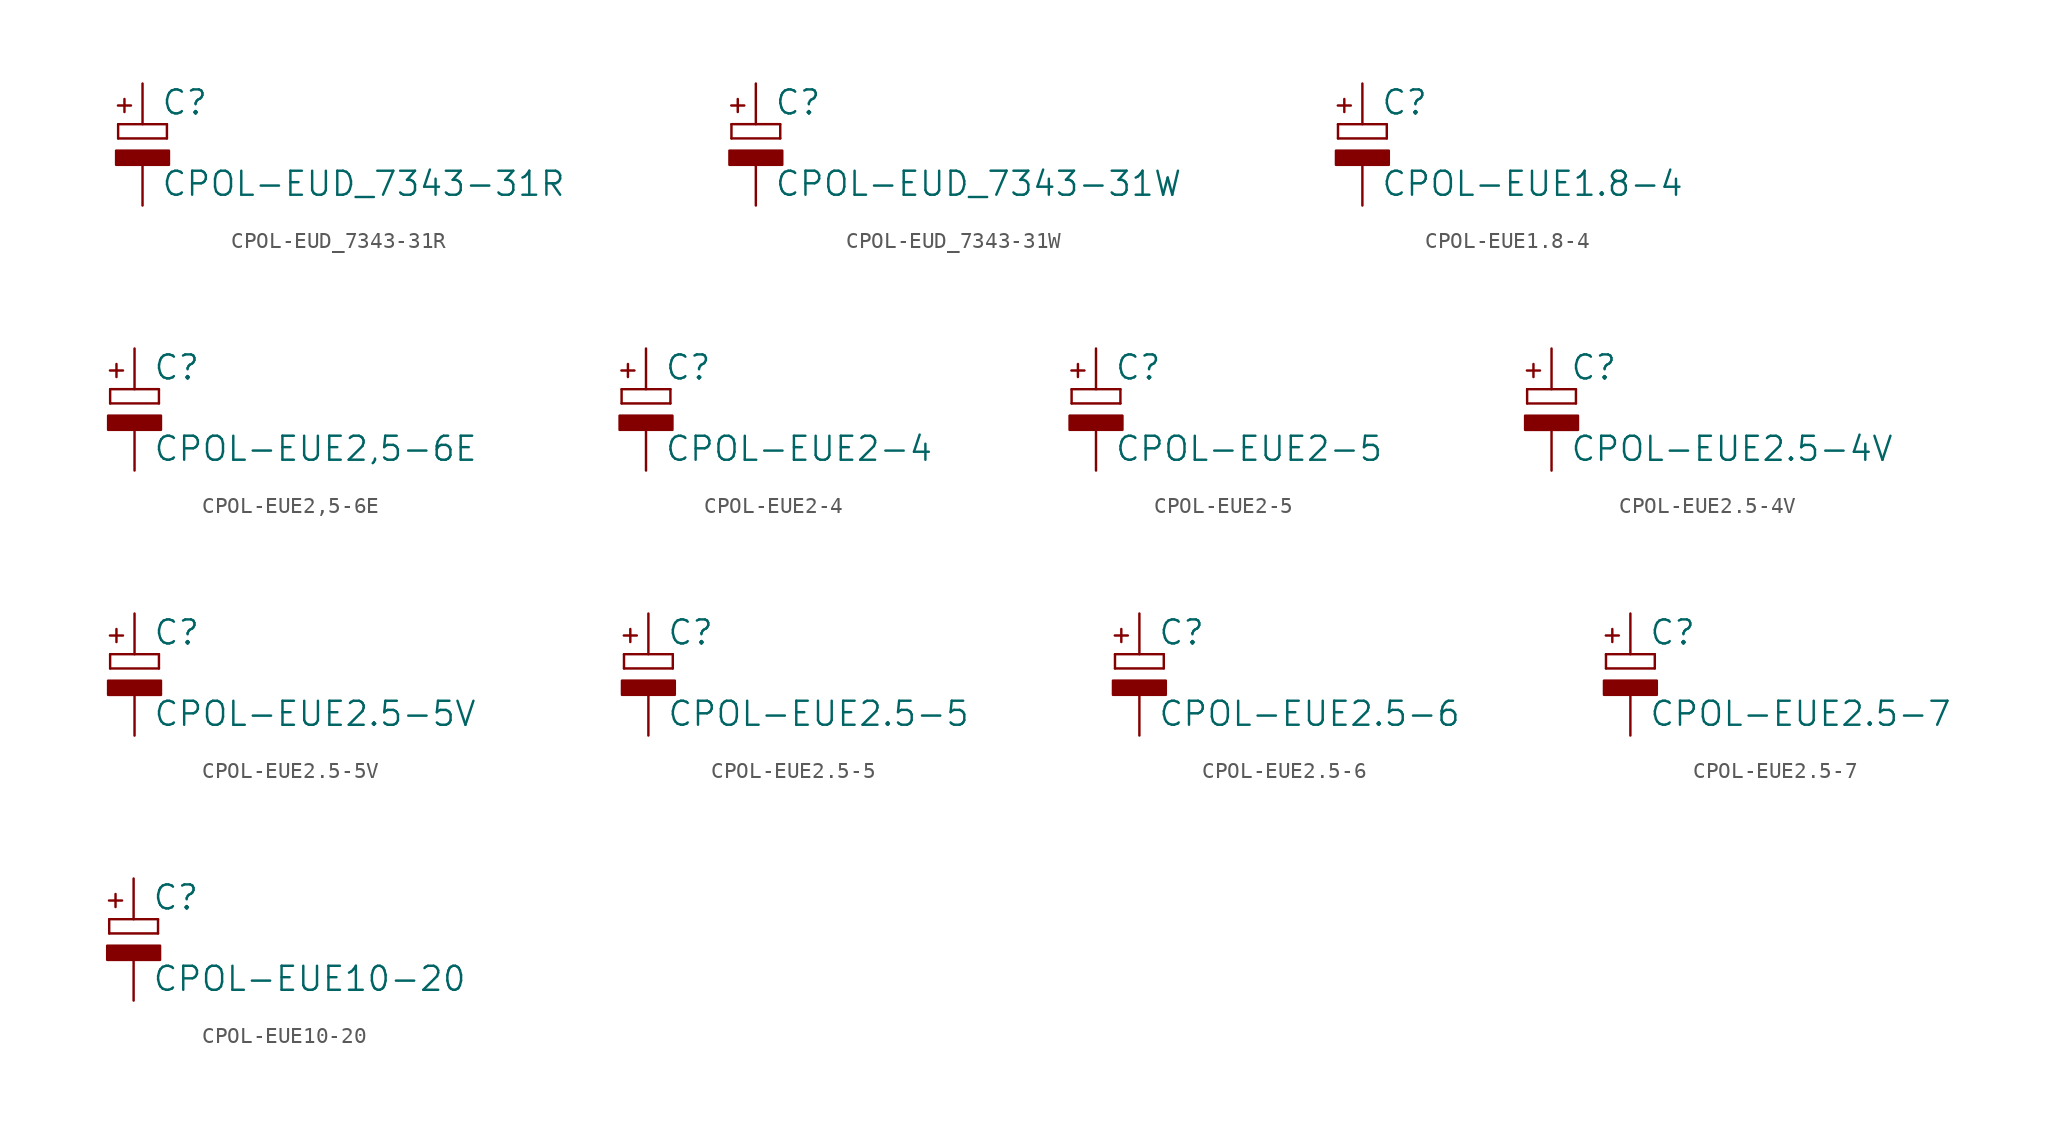
<source format=kicad_sym>
(kicad_symbol_lib
  (version 20211014)
  (generator kicad_symbol_editor)
  (symbol "CPOL-EUD_7343-31R"
    (pin_names
      (offset 1.016))
    (property "Reference" "C"
      (at 1.143 0.483 0)
      (effects (font (size 1.499 1.499)) (justify left bottom)))
    (property "Value" "CPOL-EUD_7343-31R"
      (at 1.143 -4.597 0)
      (effects (font (size 1.499 1.499)) (justify left bottom)))
    (property "ki_locked" ""
      (at 0 0 0)
      (effects (font (size 1.27 1.27))))
    (symbol "CPOL-EUD_7343-31R_1_0"
      (rectangle (start -1.651 -2.54) (end 1.651 -1.651) (stroke (width 0) (type default) (color 0 0 0 0)) (fill (type outline)))
      (polyline (pts (xy -1.524 -0.889) (xy 1.524 -0.889)) (stroke (width 0) (type default) (color 0 0 0 0)) (fill (type none)))
      (polyline (pts (xy -1.524 0) (xy -1.524 -0.889)) (stroke (width 0) (type default) (color 0 0 0 0)) (fill (type none)))
      (polyline (pts (xy -1.524 0) (xy 1.524 0)) (stroke (width 0) (type default) (color 0 0 0 0)) (fill (type none)))
      (polyline (pts (xy 1.524 -0.889) (xy 1.524 0)) (stroke (width 0) (type default) (color 0 0 0 0)) (fill (type none)))
      (text "+" (at -0.584 0.406 900) (effects (font (size 1.067 1.067)) (justify left bottom)))
      (pin passive line (at 0 2.54 270) (length 2.54) (name "+" (effects (font (size 0 0)))) (number "+" (effects (font (size 0 0)))))
      (pin passive line (at 0 -5.08 90) (length 2.54) (name "-" (effects (font (size 0 0)))) (number "-" (effects (font (size 0 0)))))))
  (symbol "CPOL-EUD_7343-31W"
    (pin_names
      (offset 1.016))
    (property "Reference" "C"
      (at 1.143 0.483 0)
      (effects (font (size 1.499 1.499)) (justify left bottom)))
    (property "Value" "CPOL-EUD_7343-31W"
      (at 1.143 -4.597 0)
      (effects (font (size 1.499 1.499)) (justify left bottom)))
    (property "ki_locked" ""
      (at 0 0 0)
      (effects (font (size 1.27 1.27))))
    (symbol "CPOL-EUD_7343-31W_1_0"
      (rectangle (start -1.651 -2.54) (end 1.651 -1.651) (stroke (width 0) (type default) (color 0 0 0 0)) (fill (type outline)))
      (polyline (pts (xy -1.524 -0.889) (xy 1.524 -0.889)) (stroke (width 0) (type default) (color 0 0 0 0)) (fill (type none)))
      (polyline (pts (xy -1.524 0) (xy -1.524 -0.889)) (stroke (width 0) (type default) (color 0 0 0 0)) (fill (type none)))
      (polyline (pts (xy -1.524 0) (xy 1.524 0)) (stroke (width 0) (type default) (color 0 0 0 0)) (fill (type none)))
      (polyline (pts (xy 1.524 -0.889) (xy 1.524 0)) (stroke (width 0) (type default) (color 0 0 0 0)) (fill (type none)))
      (text "+" (at -0.584 0.406 900) (effects (font (size 1.067 1.067)) (justify left bottom)))
      (pin passive line (at 0 2.54 270) (length 2.54) (name "+" (effects (font (size 0 0)))) (number "+" (effects (font (size 0 0)))))
      (pin passive line (at 0 -5.08 90) (length 2.54) (name "-" (effects (font (size 0 0)))) (number "-" (effects (font (size 0 0)))))))
  (symbol "CPOL-EUE1.8-4"
    (pin_names
      (offset 1.016))
    (property "Reference" "C"
      (at 1.143 0.483 0)
      (effects (font (size 1.499 1.499)) (justify left bottom)))
    (property "Value" "CPOL-EUE1.8-4"
      (at 1.143 -4.597 0)
      (effects (font (size 1.499 1.499)) (justify left bottom)))
    (property "ki_locked" ""
      (at 0 0 0)
      (effects (font (size 1.27 1.27))))
    (symbol "CPOL-EUE1.8-4_1_0"
      (rectangle (start -1.651 -2.54) (end 1.651 -1.651) (stroke (width 0) (type default) (color 0 0 0 0)) (fill (type outline)))
      (polyline (pts (xy -1.524 -0.889) (xy 1.524 -0.889)) (stroke (width 0) (type default) (color 0 0 0 0)) (fill (type none)))
      (polyline (pts (xy -1.524 0) (xy -1.524 -0.889)) (stroke (width 0) (type default) (color 0 0 0 0)) (fill (type none)))
      (polyline (pts (xy -1.524 0) (xy 1.524 0)) (stroke (width 0) (type default) (color 0 0 0 0)) (fill (type none)))
      (polyline (pts (xy 1.524 -0.889) (xy 1.524 0)) (stroke (width 0) (type default) (color 0 0 0 0)) (fill (type none)))
      (text "+" (at -0.584 0.406 900) (effects (font (size 1.067 1.067)) (justify left bottom)))
      (pin passive line (at 0 2.54 270) (length 2.54) (name "+" (effects (font (size 0 0)))) (number "+" (effects (font (size 0 0)))))
      (pin passive line (at 0 -5.08 90) (length 2.54) (name "-" (effects (font (size 0 0)))) (number "-" (effects (font (size 0 0)))))))
  (symbol "CPOL-EUE2,5-6E"
    (pin_names
      (offset 1.016))
    (property "Reference" "C"
      (at 1.143 0.483 0)
      (effects (font (size 1.499 1.499)) (justify left bottom)))
    (property "Value" "CPOL-EUE2,5-6E"
      (at 1.143 -4.597 0)
      (effects (font (size 1.499 1.499)) (justify left bottom)))
    (property "ki_locked" ""
      (at 0 0 0)
      (effects (font (size 1.27 1.27))))
    (symbol "CPOL-EUE2,5-6E_1_0"
      (rectangle (start -1.651 -2.54) (end 1.651 -1.651) (stroke (width 0) (type default) (color 0 0 0 0)) (fill (type outline)))
      (polyline (pts (xy -1.524 -0.889) (xy 1.524 -0.889)) (stroke (width 0) (type default) (color 0 0 0 0)) (fill (type none)))
      (polyline (pts (xy -1.524 0) (xy -1.524 -0.889)) (stroke (width 0) (type default) (color 0 0 0 0)) (fill (type none)))
      (polyline (pts (xy -1.524 0) (xy 1.524 0)) (stroke (width 0) (type default) (color 0 0 0 0)) (fill (type none)))
      (polyline (pts (xy 1.524 -0.889) (xy 1.524 0)) (stroke (width 0) (type default) (color 0 0 0 0)) (fill (type none)))
      (text "+" (at -0.584 0.406 900) (effects (font (size 1.067 1.067)) (justify left bottom)))
      (pin passive line (at 0 2.54 270) (length 2.54) (name "+" (effects (font (size 0 0)))) (number "+" (effects (font (size 0 0)))))
      (pin passive line (at 0 -5.08 90) (length 2.54) (name "-" (effects (font (size 0 0)))) (number "-" (effects (font (size 0 0)))))))
  (symbol "CPOL-EUE2-4"
    (pin_names
      (offset 1.016))
    (property "Reference" "C"
      (at 1.143 0.483 0)
      (effects (font (size 1.499 1.499)) (justify left bottom)))
    (property "Value" "CPOL-EUE2-4"
      (at 1.143 -4.597 0)
      (effects (font (size 1.499 1.499)) (justify left bottom)))
    (property "ki_locked" ""
      (at 0 0 0)
      (effects (font (size 1.27 1.27))))
    (symbol "CPOL-EUE2-4_1_0"
      (rectangle (start -1.651 -2.54) (end 1.651 -1.651) (stroke (width 0) (type default) (color 0 0 0 0)) (fill (type outline)))
      (polyline (pts (xy -1.524 -0.889) (xy 1.524 -0.889)) (stroke (width 0) (type default) (color 0 0 0 0)) (fill (type none)))
      (polyline (pts (xy -1.524 0) (xy -1.524 -0.889)) (stroke (width 0) (type default) (color 0 0 0 0)) (fill (type none)))
      (polyline (pts (xy -1.524 0) (xy 1.524 0)) (stroke (width 0) (type default) (color 0 0 0 0)) (fill (type none)))
      (polyline (pts (xy 1.524 -0.889) (xy 1.524 0)) (stroke (width 0) (type default) (color 0 0 0 0)) (fill (type none)))
      (text "+" (at -0.584 0.406 900) (effects (font (size 1.067 1.067)) (justify left bottom)))
      (pin passive line (at 0 2.54 270) (length 2.54) (name "+" (effects (font (size 0 0)))) (number "+" (effects (font (size 0 0)))))
      (pin passive line (at 0 -5.08 90) (length 2.54) (name "-" (effects (font (size 0 0)))) (number "-" (effects (font (size 0 0)))))))
  (symbol "CPOL-EUE2-5"
    (pin_names
      (offset 1.016))
    (property "Reference" "C"
      (at 1.143 0.483 0)
      (effects (font (size 1.499 1.499)) (justify left bottom)))
    (property "Value" "CPOL-EUE2-5"
      (at 1.143 -4.597 0)
      (effects (font (size 1.499 1.499)) (justify left bottom)))
    (property "ki_locked" ""
      (at 0 0 0)
      (effects (font (size 1.27 1.27))))
    (symbol "CPOL-EUE2-5_1_0"
      (rectangle (start -1.651 -2.54) (end 1.651 -1.651) (stroke (width 0) (type default) (color 0 0 0 0)) (fill (type outline)))
      (polyline (pts (xy -1.524 -0.889) (xy 1.524 -0.889)) (stroke (width 0) (type default) (color 0 0 0 0)) (fill (type none)))
      (polyline (pts (xy -1.524 0) (xy -1.524 -0.889)) (stroke (width 0) (type default) (color 0 0 0 0)) (fill (type none)))
      (polyline (pts (xy -1.524 0) (xy 1.524 0)) (stroke (width 0) (type default) (color 0 0 0 0)) (fill (type none)))
      (polyline (pts (xy 1.524 -0.889) (xy 1.524 0)) (stroke (width 0) (type default) (color 0 0 0 0)) (fill (type none)))
      (text "+" (at -0.584 0.406 900) (effects (font (size 1.067 1.067)) (justify left bottom)))
      (pin passive line (at 0 2.54 270) (length 2.54) (name "+" (effects (font (size 0 0)))) (number "+" (effects (font (size 0 0)))))
      (pin passive line (at 0 -5.08 90) (length 2.54) (name "-" (effects (font (size 0 0)))) (number "-" (effects (font (size 0 0)))))))
  (symbol "CPOL-EUE2.5-4V"
    (pin_names
      (offset 1.016))
    (property "Reference" "C"
      (at 1.143 0.483 0)
      (effects (font (size 1.499 1.499)) (justify left bottom)))
    (property "Value" "CPOL-EUE2.5-4V"
      (at 1.143 -4.597 0)
      (effects (font (size 1.499 1.499)) (justify left bottom)))
    (property "ki_locked" ""
      (at 0 0 0)
      (effects (font (size 1.27 1.27))))
    (symbol "CPOL-EUE2.5-4V_1_0"
      (rectangle (start -1.651 -2.54) (end 1.651 -1.651) (stroke (width 0) (type default) (color 0 0 0 0)) (fill (type outline)))
      (polyline (pts (xy -1.524 -0.889) (xy 1.524 -0.889)) (stroke (width 0) (type default) (color 0 0 0 0)) (fill (type none)))
      (polyline (pts (xy -1.524 0) (xy -1.524 -0.889)) (stroke (width 0) (type default) (color 0 0 0 0)) (fill (type none)))
      (polyline (pts (xy -1.524 0) (xy 1.524 0)) (stroke (width 0) (type default) (color 0 0 0 0)) (fill (type none)))
      (polyline (pts (xy 1.524 -0.889) (xy 1.524 0)) (stroke (width 0) (type default) (color 0 0 0 0)) (fill (type none)))
      (text "+" (at -0.584 0.406 900) (effects (font (size 1.067 1.067)) (justify left bottom)))
      (pin passive line (at 0 2.54 270) (length 2.54) (name "+" (effects (font (size 0 0)))) (number "+" (effects (font (size 0 0)))))
      (pin passive line (at 0 -5.08 90) (length 2.54) (name "-" (effects (font (size 0 0)))) (number "-" (effects (font (size 0 0)))))))
  (symbol "CPOL-EUE2.5-5V"
    (pin_names
      (offset 1.016))
    (property "Reference" "C"
      (at 1.143 0.483 0)
      (effects (font (size 1.499 1.499)) (justify left bottom)))
    (property "Value" "CPOL-EUE2.5-5V"
      (at 1.143 -4.597 0)
      (effects (font (size 1.499 1.499)) (justify left bottom)))
    (property "ki_locked" ""
      (at 0 0 0)
      (effects (font (size 1.27 1.27))))
    (symbol "CPOL-EUE2.5-5V_1_0"
      (rectangle (start -1.651 -2.54) (end 1.651 -1.651) (stroke (width 0) (type default) (color 0 0 0 0)) (fill (type outline)))
      (polyline (pts (xy -1.524 -0.889) (xy 1.524 -0.889)) (stroke (width 0) (type default) (color 0 0 0 0)) (fill (type none)))
      (polyline (pts (xy -1.524 0) (xy -1.524 -0.889)) (stroke (width 0) (type default) (color 0 0 0 0)) (fill (type none)))
      (polyline (pts (xy -1.524 0) (xy 1.524 0)) (stroke (width 0) (type default) (color 0 0 0 0)) (fill (type none)))
      (polyline (pts (xy 1.524 -0.889) (xy 1.524 0)) (stroke (width 0) (type default) (color 0 0 0 0)) (fill (type none)))
      (text "+" (at -0.584 0.406 900) (effects (font (size 1.067 1.067)) (justify left bottom)))
      (pin passive line (at 0 2.54 270) (length 2.54) (name "+" (effects (font (size 0 0)))) (number "+" (effects (font (size 0 0)))))
      (pin passive line (at 0 -5.08 90) (length 2.54) (name "-" (effects (font (size 0 0)))) (number "-" (effects (font (size 0 0)))))))
  (symbol "CPOL-EUE2.5-5"
    (pin_names
      (offset 1.016))
    (property "Reference" "C"
      (at 1.143 0.483 0)
      (effects (font (size 1.499 1.499)) (justify left bottom)))
    (property "Value" "CPOL-EUE2.5-5"
      (at 1.143 -4.597 0)
      (effects (font (size 1.499 1.499)) (justify left bottom)))
    (property "ki_locked" ""
      (at 0 0 0)
      (effects (font (size 1.27 1.27))))
    (symbol "CPOL-EUE2.5-5_1_0"
      (rectangle (start -1.651 -2.54) (end 1.651 -1.651) (stroke (width 0) (type default) (color 0 0 0 0)) (fill (type outline)))
      (polyline (pts (xy -1.524 -0.889) (xy 1.524 -0.889)) (stroke (width 0) (type default) (color 0 0 0 0)) (fill (type none)))
      (polyline (pts (xy -1.524 0) (xy -1.524 -0.889)) (stroke (width 0) (type default) (color 0 0 0 0)) (fill (type none)))
      (polyline (pts (xy -1.524 0) (xy 1.524 0)) (stroke (width 0) (type default) (color 0 0 0 0)) (fill (type none)))
      (polyline (pts (xy 1.524 -0.889) (xy 1.524 0)) (stroke (width 0) (type default) (color 0 0 0 0)) (fill (type none)))
      (text "+" (at -0.584 0.406 900) (effects (font (size 1.067 1.067)) (justify left bottom)))
      (pin passive line (at 0 2.54 270) (length 2.54) (name "+" (effects (font (size 0 0)))) (number "+" (effects (font (size 0 0)))))
      (pin passive line (at 0 -5.08 90) (length 2.54) (name "-" (effects (font (size 0 0)))) (number "-" (effects (font (size 0 0)))))))
  (symbol "CPOL-EUE2.5-6"
    (pin_names
      (offset 1.016))
    (property "Reference" "C"
      (at 1.143 0.483 0)
      (effects (font (size 1.499 1.499)) (justify left bottom)))
    (property "Value" "CPOL-EUE2.5-6"
      (at 1.143 -4.597 0)
      (effects (font (size 1.499 1.499)) (justify left bottom)))
    (property "ki_locked" ""
      (at 0 0 0)
      (effects (font (size 1.27 1.27))))
    (symbol "CPOL-EUE2.5-6_1_0"
      (rectangle (start -1.651 -2.54) (end 1.651 -1.651) (stroke (width 0) (type default) (color 0 0 0 0)) (fill (type outline)))
      (polyline (pts (xy -1.524 -0.889) (xy 1.524 -0.889)) (stroke (width 0) (type default) (color 0 0 0 0)) (fill (type none)))
      (polyline (pts (xy -1.524 0) (xy -1.524 -0.889)) (stroke (width 0) (type default) (color 0 0 0 0)) (fill (type none)))
      (polyline (pts (xy -1.524 0) (xy 1.524 0)) (stroke (width 0) (type default) (color 0 0 0 0)) (fill (type none)))
      (polyline (pts (xy 1.524 -0.889) (xy 1.524 0)) (stroke (width 0) (type default) (color 0 0 0 0)) (fill (type none)))
      (text "+" (at -0.584 0.406 900) (effects (font (size 1.067 1.067)) (justify left bottom)))
      (pin passive line (at 0 2.54 270) (length 2.54) (name "+" (effects (font (size 0 0)))) (number "+" (effects (font (size 0 0)))))
      (pin passive line (at 0 -5.08 90) (length 2.54) (name "-" (effects (font (size 0 0)))) (number "-" (effects (font (size 0 0)))))))
  (symbol "CPOL-EUE2.5-7"
    (pin_names
      (offset 1.016))
    (property "Reference" "C"
      (at 1.143 0.483 0)
      (effects (font (size 1.499 1.499)) (justify left bottom)))
    (property "Value" "CPOL-EUE2.5-7"
      (at 1.143 -4.597 0)
      (effects (font (size 1.499 1.499)) (justify left bottom)))
    (property "ki_locked" ""
      (at 0 0 0)
      (effects (font (size 1.27 1.27))))
    (symbol "CPOL-EUE2.5-7_1_0"
      (rectangle (start -1.651 -2.54) (end 1.651 -1.651) (stroke (width 0) (type default) (color 0 0 0 0)) (fill (type outline)))
      (polyline (pts (xy -1.524 -0.889) (xy 1.524 -0.889)) (stroke (width 0) (type default) (color 0 0 0 0)) (fill (type none)))
      (polyline (pts (xy -1.524 0) (xy -1.524 -0.889)) (stroke (width 0) (type default) (color 0 0 0 0)) (fill (type none)))
      (polyline (pts (xy -1.524 0) (xy 1.524 0)) (stroke (width 0) (type default) (color 0 0 0 0)) (fill (type none)))
      (polyline (pts (xy 1.524 -0.889) (xy 1.524 0)) (stroke (width 0) (type default) (color 0 0 0 0)) (fill (type none)))
      (text "+" (at -0.584 0.406 900) (effects (font (size 1.067 1.067)) (justify left bottom)))
      (pin passive line (at 0 2.54 270) (length 2.54) (name "+" (effects (font (size 0 0)))) (number "+" (effects (font (size 0 0)))))
      (pin passive line (at 0 -5.08 90) (length 2.54) (name "-" (effects (font (size 0 0)))) (number "-" (effects (font (size 0 0)))))))
  (symbol "CPOL-EUE10-20"
    (pin_names
      (offset 1.016))
    (property "Reference" "C"
      (at 1.143 0.483 0)
      (effects (font (size 1.499 1.499)) (justify left bottom)))
    (property "Value" "CPOL-EUE10-20"
      (at 1.143 -4.597 0)
      (effects (font (size 1.499 1.499)) (justify left bottom)))
    (property "ki_locked" ""
      (at 0 0 0)
      (effects (font (size 1.27 1.27))))
    (symbol "CPOL-EUE10-20_1_0"
      (rectangle (start -1.651 -2.54) (end 1.651 -1.651) (stroke (width 0) (type default) (color 0 0 0 0)) (fill (type outline)))
      (polyline (pts (xy -1.524 -0.889) (xy 1.524 -0.889)) (stroke (width 0) (type default) (color 0 0 0 0)) (fill (type none)))
      (polyline (pts (xy -1.524 0) (xy -1.524 -0.889)) (stroke (width 0) (type default) (color 0 0 0 0)) (fill (type none)))
      (polyline (pts (xy -1.524 0) (xy 1.524 0)) (stroke (width 0) (type default) (color 0 0 0 0)) (fill (type none)))
      (polyline (pts (xy 1.524 -0.889) (xy 1.524 0)) (stroke (width 0) (type default) (color 0 0 0 0)) (fill (type none)))
      (text "+" (at -0.584 0.406 900) (effects (font (size 1.067 1.067)) (justify left bottom)))
      (pin passive line (at 0 2.54 270) (length 2.54) (name "+" (effects (font (size 0 0)))) (number "+" (effects (font (size 0 0)))))
      (pin passive line (at 0 -5.08 90) (length 2.54) (name "-" (effects (font (size 0 0)))) (number "-" (effects (font (size 0 0))))))))
</source>
